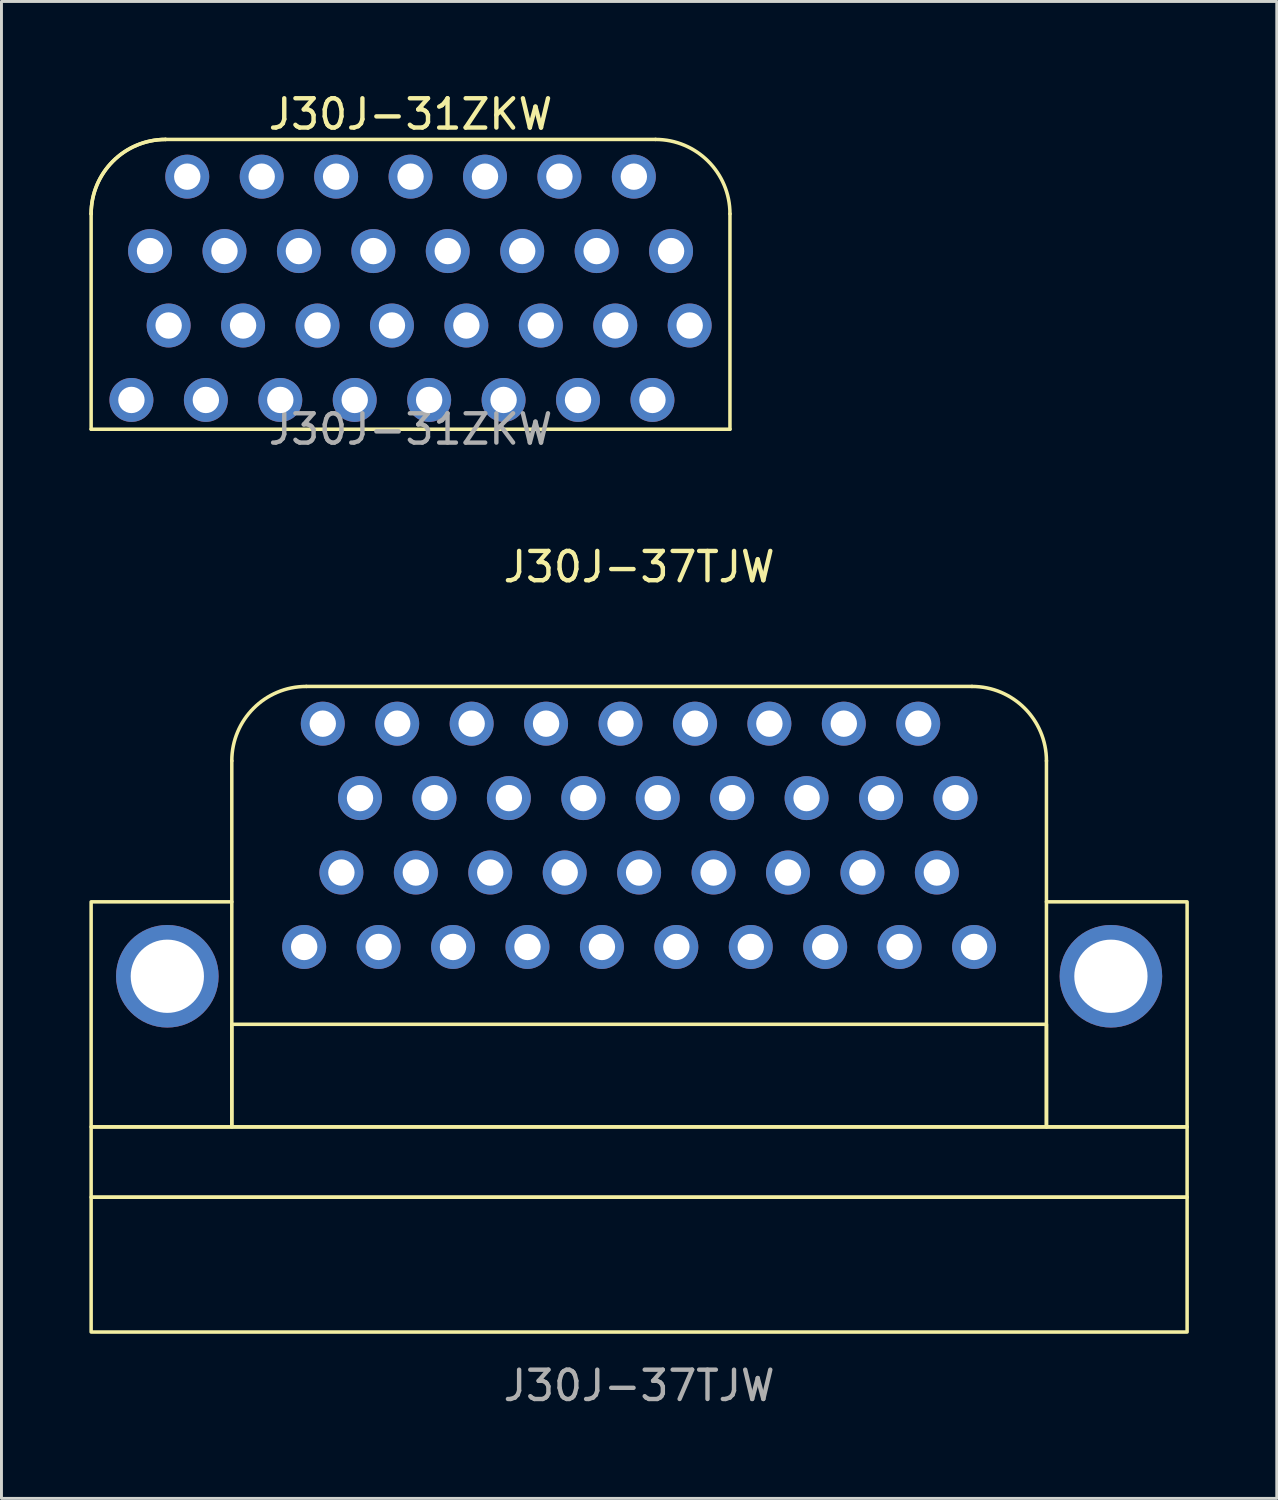
<source format=kicad_pcb>
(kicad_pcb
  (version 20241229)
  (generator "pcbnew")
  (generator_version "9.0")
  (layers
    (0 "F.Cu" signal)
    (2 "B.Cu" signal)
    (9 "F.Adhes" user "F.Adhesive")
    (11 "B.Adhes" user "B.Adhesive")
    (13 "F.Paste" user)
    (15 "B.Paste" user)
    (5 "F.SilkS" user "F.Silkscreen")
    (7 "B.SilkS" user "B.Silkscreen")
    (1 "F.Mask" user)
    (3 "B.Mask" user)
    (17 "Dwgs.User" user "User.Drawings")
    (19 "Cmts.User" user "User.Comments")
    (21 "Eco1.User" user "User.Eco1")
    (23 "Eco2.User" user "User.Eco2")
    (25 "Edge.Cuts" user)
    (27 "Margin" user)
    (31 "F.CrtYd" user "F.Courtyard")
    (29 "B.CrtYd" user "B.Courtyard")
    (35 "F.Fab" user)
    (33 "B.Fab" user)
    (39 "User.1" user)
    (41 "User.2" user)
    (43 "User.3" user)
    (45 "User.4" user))
  (footprint "J30J-37TJW"
    (layer "F.Cu")
    (at 18.76 30.265)
    (property "Reference" "J30J-37TJW" (at 0 -13.97 0) (unlocked yes) (layer "F.SilkS") (effects (font (size 1 1) (thickness 0.15))))
    (attr through_hole)
    (fp_line (start -13.9 -2.54) (end -13.9 -7.35) (stroke (width 0.12) (type solid)) (layer "F.SilkS"))
    (fp_line (start -11.36 -9.89) (end 11.36 -9.89) (stroke (width 0.12) (type solid)) (layer "F.SilkS"))
    (fp_line (start 13.9 -7.35) (end 13.9 -2.54) (stroke (width 0.12) (type solid)) (layer "F.SilkS"))
    (fp_rect (start -18.7 -2.54) (end -13.9 5.14) (stroke (width 0.12) (type solid)) (fill no) (layer "F.SilkS"))
    (fp_rect (start -18.7 5.14) (end 18.7 7.54) (stroke (width 0.12) (type solid)) (fill no) (layer "F.SilkS"))
    (fp_rect (start -18.7 7.54) (end 18.7 12.14) (stroke (width 0.12) (type solid)) (fill no) (layer "F.SilkS"))
    (fp_rect (start -13.9 1.64) (end 13.9 5.14) (stroke (width 0.12) (type solid)) (fill no) (layer "F.SilkS"))
    (fp_rect (start 13.9 -2.54) (end 18.7 5.14) (stroke (width 0.12) (type solid)) (fill no) (layer "F.SilkS"))
    (fp_arc (start -13.9 -7.35) (mid -13.156051 -9.146051) (end -11.36 -9.89) (stroke (width 0.12) (type solid)) (layer "F.SilkS"))
    (fp_arc (start 11.36 -9.89) (mid 13.156051 -9.146051) (end 13.9 -7.35) (stroke (width 0.12) (type solid)) (layer "F.SilkS"))
    (fp_text user "${REFERENCE}" (at 0 13.97 0) (unlocked yes) (layer "F.Fab") (effects (font (size 1 1) (thickness 0.15))))
    (pad "1" thru_hole circle (at 11.43 -1) (size 1.5 1.5) (drill 0.9) (layers "*.Cu" "*.Mask"))
    (pad "2" thru_hole circle (at 10.16 -3.54) (size 1.5 1.5) (drill 0.9) (layers "*.Cu" "*.Mask"))
    (pad "3" thru_hole circle (at 8.89 -1) (size 1.5 1.5) (drill 0.9) (layers "*.Cu" "*.Mask"))
    (pad "4" thru_hole circle (at 7.62 -3.54) (size 1.5 1.5) (drill 0.9) (layers "*.Cu" "*.Mask"))
    (pad "5" thru_hole circle (at 6.35 -1) (size 1.5 1.5) (drill 0.9) (layers "*.Cu" "*.Mask"))
    (pad "6" thru_hole circle (at 5.08 -3.54) (size 1.5 1.5) (drill 0.9) (layers "*.Cu" "*.Mask"))
    (pad "7" thru_hole circle (at 3.81 -1) (size 1.5 1.5) (drill 0.9) (layers "*.Cu" "*.Mask"))
    (pad "8" thru_hole circle (at 2.54 -3.54) (size 1.5 1.5) (drill 0.9) (layers "*.Cu" "*.Mask"))
    (pad "9" thru_hole circle (at 1.27 -1) (size 1.5 1.5) (drill 0.9) (layers "*.Cu" "*.Mask"))
    (pad "10" thru_hole circle (at 0 -3.54) (size 1.5 1.5) (drill 0.9) (layers "*.Cu" "*.Mask"))
    (pad "11" thru_hole circle (at -1.27 -1) (size 1.5 1.5) (drill 0.9) (layers "*.Cu" "*.Mask"))
    (pad "12" thru_hole circle (at -2.54 -3.54) (size 1.5 1.5) (drill 0.9) (layers "*.Cu" "*.Mask"))
    (pad "13" thru_hole circle (at -3.81 -1) (size 1.5 1.5) (drill 0.9) (layers "*.Cu" "*.Mask"))
    (pad "14" thru_hole circle (at -5.08 -3.54) (size 1.5 1.5) (drill 0.9) (layers "*.Cu" "*.Mask"))
    (pad "15" thru_hole circle (at -6.35 -1) (size 1.5 1.5) (drill 0.9) (layers "*.Cu" "*.Mask"))
    (pad "16" thru_hole circle (at -7.62 -3.54) (size 1.5 1.5) (drill 0.9) (layers "*.Cu" "*.Mask"))
    (pad "17" thru_hole circle (at -8.89 -1) (size 1.5 1.5) (drill 0.9) (layers "*.Cu" "*.Mask"))
    (pad "18" thru_hole circle (at -10.16 -3.54) (size 1.5 1.5) (drill 0.9) (layers "*.Cu" "*.Mask"))
    (pad "19" thru_hole circle (at -11.43 -1) (size 1.5 1.5) (drill 0.9) (layers "*.Cu" "*.Mask"))
    (pad "20" thru_hole circle (at 10.795 -6.08) (size 1.5 1.5) (drill 0.9) (layers "*.Cu" "*.Mask"))
    (pad "21" thru_hole circle (at 9.525 -8.62) (size 1.5 1.5) (drill 0.9) (layers "*.Cu" "*.Mask"))
    (pad "22" thru_hole circle (at 8.255 -6.08) (size 1.5 1.5) (drill 0.9) (layers "*.Cu" "*.Mask"))
    (pad "23" thru_hole circle (at 6.985 -8.62) (size 1.5 1.5) (drill 0.9) (layers "*.Cu" "*.Mask"))
    (pad "24" thru_hole circle (at 5.715 -6.08) (size 1.5 1.5) (drill 0.9) (layers "*.Cu" "*.Mask"))
    (pad "25" thru_hole circle (at 4.445 -8.62) (size 1.5 1.5) (drill 0.9) (layers "*.Cu" "*.Mask"))
    (pad "26" thru_hole circle (at 3.175 -6.08) (size 1.5 1.5) (drill 0.9) (layers "*.Cu" "*.Mask"))
    (pad "27" thru_hole circle (at 1.905 -8.62) (size 1.5 1.5) (drill 0.9) (layers "*.Cu" "*.Mask"))
    (pad "28" thru_hole circle (at 0.635 -6.08) (size 1.5 1.5) (drill 0.9) (layers "*.Cu" "*.Mask"))
    (pad "29" thru_hole circle (at -0.635 -8.62) (size 1.5 1.5) (drill 0.9) (layers "*.Cu" "*.Mask"))
    (pad "30" thru_hole circle (at -1.905 -6.08) (size 1.5 1.5) (drill 0.9) (layers "*.Cu" "*.Mask"))
    (pad "31" thru_hole circle (at -3.175 -8.62) (size 1.5 1.5) (drill 0.9) (layers "*.Cu" "*.Mask"))
    (pad "32" thru_hole circle (at -4.445 -6.08) (size 1.5 1.5) (drill 0.9) (layers "*.Cu" "*.Mask"))
    (pad "33" thru_hole circle (at -5.715 -8.62) (size 1.5 1.5) (drill 0.9) (layers "*.Cu" "*.Mask"))
    (pad "34" thru_hole circle (at -6.985 -6.08) (size 1.5 1.5) (drill 0.9) (layers "*.Cu" "*.Mask"))
    (pad "35" thru_hole circle (at -8.255 -8.62) (size 1.5 1.5) (drill 0.9) (layers "*.Cu" "*.Mask"))
    (pad "36" thru_hole circle (at -9.525 -6.08) (size 1.5 1.5) (drill 0.9) (layers "*.Cu" "*.Mask"))
    (pad "37" thru_hole circle (at -10.795 -8.62) (size 1.5 1.5) (drill 0.9) (layers "*.Cu" "*.Mask"))
    (pad "MP1" thru_hole circle (at -16.1 0) (size 3.5 3.5) (drill 2.5) (layers "*.Cu" "*.Mask"))
    (pad "MP2" thru_hole circle (at 16.1 0) (size 3.5 3.5) (drill 2.5) (layers "*.Cu" "*.Mask")))
  (footprint "J30J-31ZKW"
    (layer "F.Cu")
    (at 10.96 11.598)
    (property "Reference" "J30J-31ZKW" (at 0 -10.75 0) (unlocked yes) (layer "F.SilkS") (effects (font (size 1 1) (thickness 0.15))))
    (attr through_hole)
    (fp_line (start -10.9 0) (end -10.9 -7.35) (stroke (width 0.12) (type solid)) (layer "F.SilkS"))
    (fp_line (start -8.36 -9.89) (end 8.36 -9.89) (stroke (width 0.12) (type solid)) (layer "F.SilkS"))
    (fp_line (start 10.9 -7.35) (end 10.9 0) (stroke (width 0.12) (type solid)) (layer "F.SilkS"))
    (fp_line (start 10.9 0) (end -10.9 0) (stroke (width 0.12) (type default)) (layer "F.SilkS"))
    (fp_arc (start -10.9 -7.35) (mid -10.156051 -9.146051) (end -8.36 -9.89) (stroke (width 0.12) (type solid)) (layer "F.SilkS"))
    (fp_arc (start -10.9 -7.35) (mid -10.156051 -9.146051) (end -8.36 -9.89) (stroke (width 0.12) (type solid)) (layer "F.SilkS"))
    (fp_arc (start 8.36 -9.89) (mid 10.156051 -9.146051) (end 10.9 -7.35) (stroke (width 0.12) (type solid)) (layer "F.SilkS"))
    (fp_text user "${REFERENCE}" (at 0 0 0) (unlocked yes) (layer "F.Fab") (effects (font (size 1 1) (thickness 0.15))))
    (pad "1" thru_hole circle (at -9.525 -1) (size 1.5 1.5) (drill 0.9) (layers "*.Cu" "*.Mask") (remove_unused_layers yes) (keep_end_layers yes) (zone_layer_connections))
    (pad "2" thru_hole circle (at -8.255 -3.54) (size 1.5 1.5) (drill 0.9) (layers "*.Cu" "*.Mask") (remove_unused_layers yes) (keep_end_layers yes) (zone_layer_connections))
    (pad "3" thru_hole circle (at -6.985 -1) (size 1.5 1.5) (drill 0.9) (layers "*.Cu" "*.Mask") (remove_unused_layers yes) (keep_end_layers yes) (zone_layer_connections))
    (pad "4" thru_hole circle (at -5.715 -3.54) (size 1.5 1.5) (drill 0.9) (layers "*.Cu" "*.Mask") (remove_unused_layers yes) (keep_end_layers yes) (zone_layer_connections))
    (pad "5" thru_hole circle (at -4.445 -1) (size 1.5 1.5) (drill 0.9) (layers "*.Cu" "*.Mask") (remove_unused_layers yes) (keep_end_layers yes) (zone_layer_connections))
    (pad "6" thru_hole circle (at -3.175 -3.54) (size 1.5 1.5) (drill 0.9) (layers "*.Cu" "*.Mask") (remove_unused_layers yes) (keep_end_layers yes) (zone_layer_connections))
    (pad "7" thru_hole circle (at -1.905 -1) (size 1.5 1.5) (drill 0.9) (layers "*.Cu" "*.Mask") (remove_unused_layers yes) (keep_end_layers yes) (zone_layer_connections))
    (pad "8" thru_hole circle (at -0.635 -3.54) (size 1.5 1.5) (drill 0.9) (layers "*.Cu" "*.Mask") (remove_unused_layers yes) (keep_end_layers yes) (zone_layer_connections))
    (pad "9" thru_hole circle (at 0.635 -1) (size 1.5 1.5) (drill 0.9) (layers "*.Cu" "*.Mask") (remove_unused_layers yes) (keep_end_layers yes) (zone_layer_connections))
    (pad "10" thru_hole circle (at 1.905 -3.54) (size 1.5 1.5) (drill 0.9) (layers "*.Cu" "*.Mask") (remove_unused_layers yes) (keep_end_layers yes) (zone_layer_connections))
    (pad "11" thru_hole circle (at 3.175 -1) (size 1.5 1.5) (drill 0.9) (layers "*.Cu" "*.Mask") (remove_unused_layers yes) (keep_end_layers yes) (zone_layer_connections))
    (pad "12" thru_hole circle (at 4.445 -3.54) (size 1.5 1.5) (drill 0.9) (layers "*.Cu" "*.Mask") (remove_unused_layers yes) (keep_end_layers yes) (zone_layer_connections))
    (pad "13" thru_hole circle (at 5.715 -1) (size 1.5 1.5) (drill 0.9) (layers "*.Cu" "*.Mask") (remove_unused_layers yes) (keep_end_layers yes) (zone_layer_connections))
    (pad "14" thru_hole circle (at 6.985 -3.54) (size 1.5 1.5) (drill 0.9) (layers "*.Cu" "*.Mask") (remove_unused_layers yes) (keep_end_layers yes) (zone_layer_connections))
    (pad "15" thru_hole circle (at 8.255 -1) (size 1.5 1.5) (drill 0.9) (layers "*.Cu" "*.Mask") (remove_unused_layers yes) (keep_end_layers yes) (zone_layer_connections))
    (pad "16" thru_hole circle (at 9.525 -3.54) (size 1.5 1.5) (drill 0.9) (layers "*.Cu" "*.Mask") (remove_unused_layers yes) (keep_end_layers yes) (zone_layer_connections))
    (pad "17" thru_hole circle (at -8.89 -6.08) (size 1.5 1.5) (drill 0.9) (layers "*.Cu" "*.Mask") (remove_unused_layers yes) (keep_end_layers yes) (zone_layer_connections))
    (pad "18" thru_hole circle (at -7.62 -8.62) (size 1.5 1.5) (drill 0.9) (layers "*.Cu" "*.Mask") (remove_unused_layers yes) (keep_end_layers yes) (zone_layer_connections))
    (pad "19" thru_hole circle (at -6.35 -6.08) (size 1.5 1.5) (drill 0.9) (layers "*.Cu" "*.Mask") (remove_unused_layers yes) (keep_end_layers yes) (zone_layer_connections))
    (pad "20" thru_hole circle (at -5.08 -8.62) (size 1.5 1.5) (drill 0.9) (layers "*.Cu" "*.Mask") (remove_unused_layers yes) (keep_end_layers yes) (zone_layer_connections))
    (pad "21" thru_hole circle (at -3.81 -6.08) (size 1.5 1.5) (drill 0.9) (layers "*.Cu" "*.Mask") (remove_unused_layers yes) (keep_end_layers yes) (zone_layer_connections))
    (pad "22" thru_hole circle (at -2.54 -8.62) (size 1.5 1.5) (drill 0.9) (layers "*.Cu" "*.Mask") (remove_unused_layers yes) (keep_end_layers yes) (zone_layer_connections))
    (pad "23" thru_hole circle (at -1.27 -6.08) (size 1.5 1.5) (drill 0.9) (layers "*.Cu" "*.Mask") (remove_unused_layers yes) (keep_end_layers yes) (zone_layer_connections))
    (pad "24" thru_hole circle (at 0 -8.62) (size 1.5 1.5) (drill 0.9) (layers "*.Cu" "*.Mask") (remove_unused_layers yes) (keep_end_layers yes) (zone_layer_connections))
    (pad "25" thru_hole circle (at 1.27 -6.08) (size 1.5 1.5) (drill 0.9) (layers "*.Cu" "*.Mask") (remove_unused_layers yes) (keep_end_layers yes) (zone_layer_connections))
    (pad "26" thru_hole circle (at 2.54 -8.62) (size 1.5 1.5) (drill 0.9) (layers "*.Cu" "*.Mask") (remove_unused_layers yes) (keep_end_layers yes) (zone_layer_connections))
    (pad "27" thru_hole circle (at 3.81 -6.08) (size 1.5 1.5) (drill 0.9) (layers "*.Cu" "*.Mask") (remove_unused_layers yes) (keep_end_layers yes) (zone_layer_connections))
    (pad "28" thru_hole circle (at 5.08 -8.62) (size 1.5 1.5) (drill 0.9) (layers "*.Cu" "*.Mask") (remove_unused_layers yes) (keep_end_layers yes) (zone_layer_connections))
    (pad "29" thru_hole circle (at 6.35 -6.08) (size 1.5 1.5) (drill 0.9) (layers "*.Cu" "*.Mask") (remove_unused_layers yes) (keep_end_layers yes) (zone_layer_connections))
    (pad "30" thru_hole circle (at 7.62 -8.62) (size 1.5 1.5) (drill 0.9) (layers "*.Cu" "*.Mask") (remove_unused_layers yes) (keep_end_layers yes) (zone_layer_connections))
    (pad "31" thru_hole circle (at 8.89 -6.08) (size 1.5 1.5) (drill 0.9) (layers "*.Cu" "*.Mask") (remove_unused_layers yes) (keep_end_layers yes) (zone_layer_connections)))
  (gr_rect
    (start -3 -3)
    (end 40.52 48.083)
    (stroke (width 0.1) (type default))
    (fill no)
    (layer "Edge.Cuts")))
</source>
